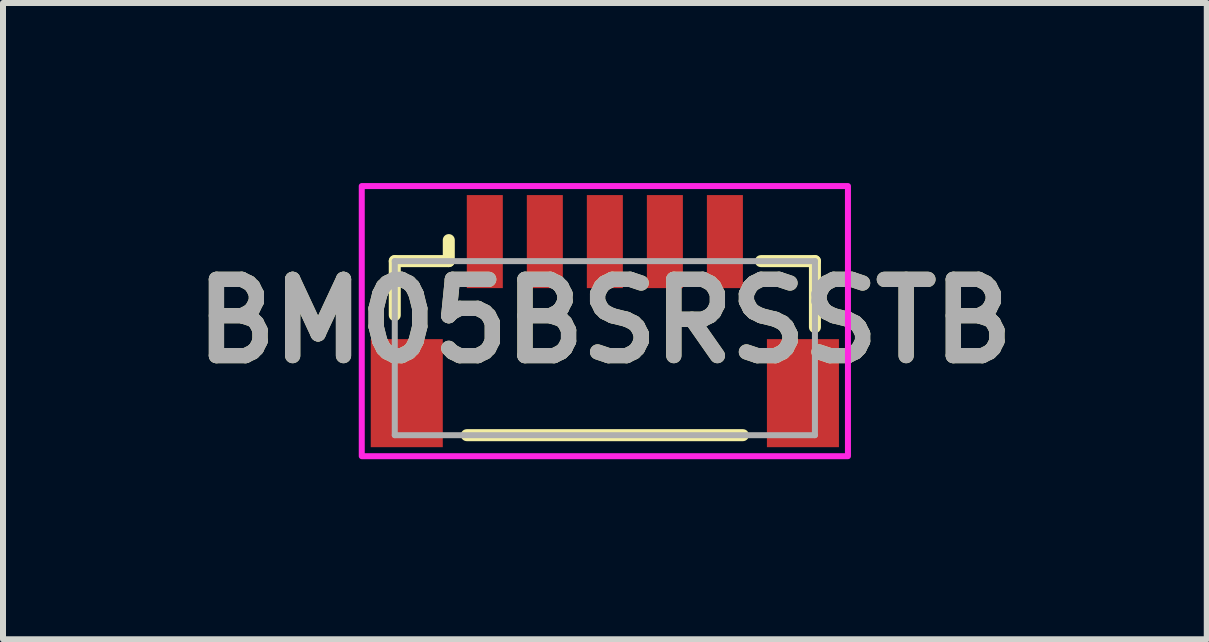
<source format=kicad_pcb>
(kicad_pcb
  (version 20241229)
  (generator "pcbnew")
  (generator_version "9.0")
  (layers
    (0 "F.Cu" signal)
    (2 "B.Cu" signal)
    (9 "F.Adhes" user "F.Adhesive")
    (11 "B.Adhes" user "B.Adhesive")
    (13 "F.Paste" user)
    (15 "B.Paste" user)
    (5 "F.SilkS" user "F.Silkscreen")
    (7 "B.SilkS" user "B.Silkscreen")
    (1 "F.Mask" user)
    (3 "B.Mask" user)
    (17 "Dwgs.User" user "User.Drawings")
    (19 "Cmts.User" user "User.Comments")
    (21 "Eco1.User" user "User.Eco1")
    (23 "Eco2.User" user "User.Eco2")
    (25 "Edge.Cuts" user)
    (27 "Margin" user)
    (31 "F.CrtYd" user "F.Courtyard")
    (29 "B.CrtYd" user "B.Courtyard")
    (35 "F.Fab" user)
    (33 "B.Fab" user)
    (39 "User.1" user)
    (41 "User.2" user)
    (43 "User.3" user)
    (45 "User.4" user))
  (footprint "BM05BSRSSTB"
    (layer "F.Cu")
    (at 7.027 2.75)
    (property "Reference" "BM05BSRSSTB" (at 0 -0.45 0) (layer "F.SilkS") (effects (font (size 1.27 1.27) (thickness 0.254))))
    (attr smd)
    (fp_line (start -3.5 -1.45) (end -2.6 -1.45) (stroke (width 0.2) (type solid)) (layer "F.SilkS"))
    (fp_line (start -3.5 -0.55) (end -3.5 -1.45) (stroke (width 0.2) (type solid)) (layer "F.SilkS"))
    (fp_line (start -2.6 -1.45) (end -2.6 -1.8) (stroke (width 0.2) (type solid)) (layer "F.SilkS"))
    (fp_line (start -2.3 1.45) (end 2.3 1.45) (stroke (width 0.2) (type solid)) (layer "F.SilkS"))
    (fp_line (start 2.6 -1.45) (end 3.5 -1.45) (stroke (width 0.2) (type solid)) (layer "F.SilkS"))
    (fp_line (start 3.5 -1.45) (end 3.5 -0.35) (stroke (width 0.2) (type solid)) (layer "F.SilkS"))
    (fp_rect (start -4.05 -2.7) (end 4.05 1.8) (stroke (width 0.1) (type solid)) (fill no) (layer "F.CrtYd"))
    (fp_line (start -3.5 -1.45) (end 3.5 -1.45) (stroke (width 0.1) (type solid)) (layer "F.Fab"))
    (fp_line (start -3.5 1.45) (end -3.5 -1.45) (stroke (width 0.1) (type solid)) (layer "F.Fab"))
    (fp_line (start 3.5 -1.45) (end 3.5 1.45) (stroke (width 0.1) (type solid)) (layer "F.Fab"))
    (fp_line (start 3.5 1.45) (end -3.5 1.45) (stroke (width 0.1) (type solid)) (layer "F.Fab"))
    (fp_text user "${REFERENCE}" (at 0 -0.45 0) (layer "F.Fab") (effects (font (size 1.27 1.27) (thickness 0.254))))
    (pad "1" smd rect (at -2 -1.775) (size 0.6 1.55) (layers "F.Cu" "F.Mask" "F.Paste"))
    (pad "2" smd rect (at -1 -1.775) (size 0.6 1.55) (layers "F.Cu" "F.Mask" "F.Paste"))
    (pad "3" smd rect (at 0 -1.775) (size 0.6 1.55) (layers "F.Cu" "F.Mask" "F.Paste"))
    (pad "4" smd rect (at 1 -1.775) (size 0.6 1.55) (layers "F.Cu" "F.Mask" "F.Paste"))
    (pad "5" smd rect (at 2 -1.775) (size 0.6 1.55) (layers "F.Cu" "F.Mask" "F.Paste"))
    (pad "MP1" smd rect (at -3.3 0.75) (size 1.2 1.8) (layers "F.Cu" "F.Mask" "F.Paste"))
    (pad "MP2" smd rect (at 3.3 0.75) (size 1.2 1.8) (layers "F.Cu" "F.Mask" "F.Paste")))
  (gr_rect
    (start -3 -3)
    (end 17.055 7.6)
    (stroke (width 0.1) (type default))
    (fill no)
    (layer "Edge.Cuts")))
</source>
